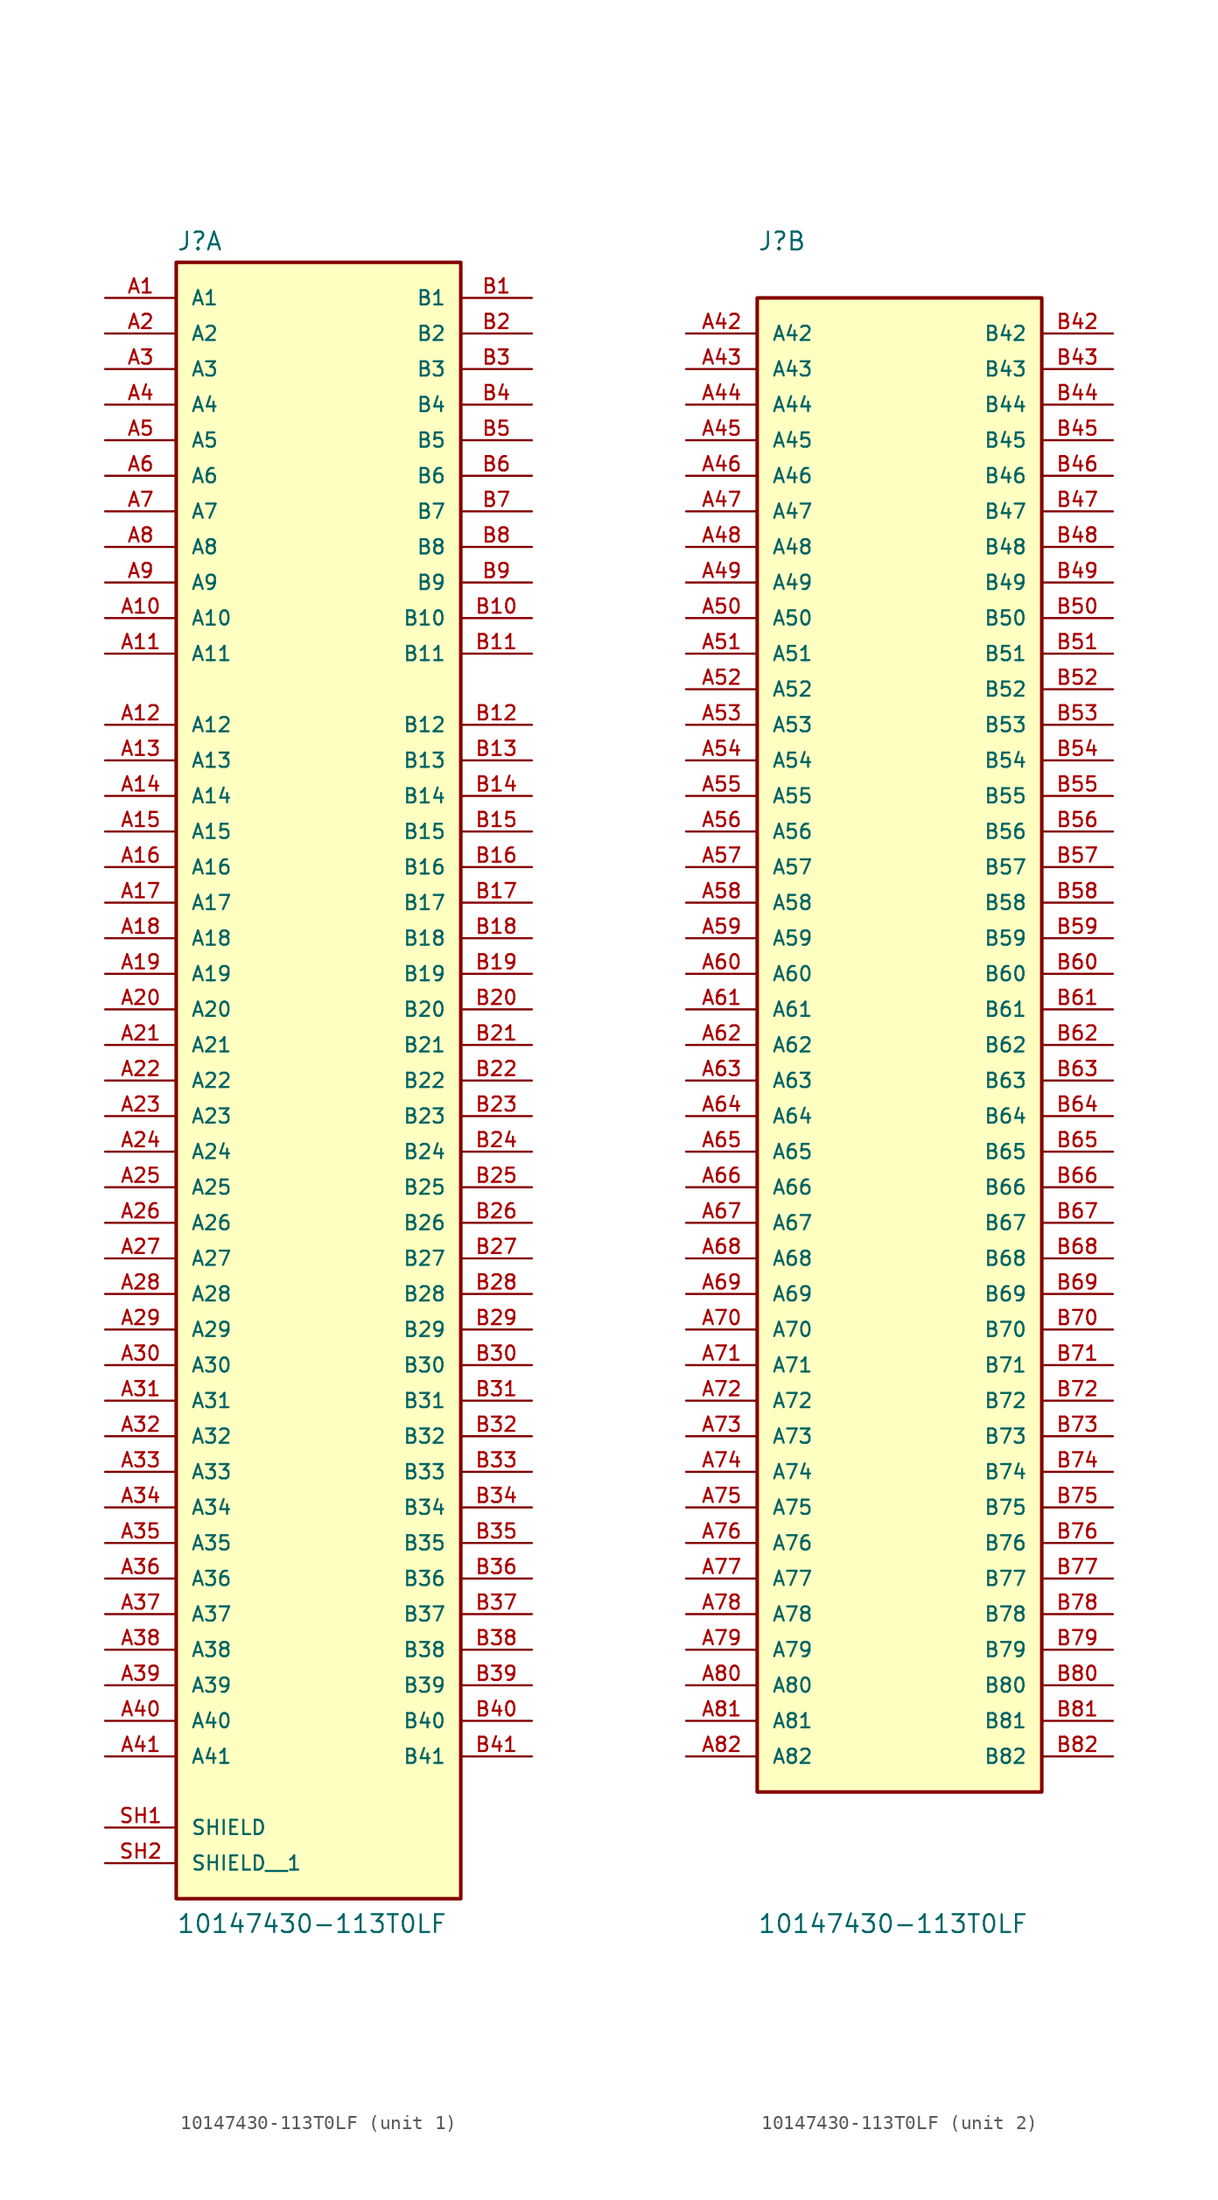
<source format=kicad_sym>
(kicad_symbol_lib
  (version 20211014)
  (generator kicad_symbol_editor)
  (symbol "10147430-113T0LF"
    (pin_names
      (offset 1.016))
    (property "Reference" "J"
      (at -10.16 56.642 0)
      (effects (font (size 1.27 1.27)) (justify bottom left)))
    (property "Value" "10147430-113T0LF"
      (at -10.16 -63.5 0)
      (effects (font (size 1.27 1.27)) (justify bottom left)))
    (symbol "10147430-113T0LF_1_0"
      (rectangle (start -10.16 -60.96) (end 10.16 55.88) (stroke (width 0.254)) (fill (type background)))
      (pin passive line (at -15.24 53.34 0) (length 5.08) (name "A1" (effects (font (size 1.016 1.016)))) (number "A1" (effects (font (size 1.016 1.016)))))
      (pin passive line (at 15.24 53.34 180.0) (length 5.08) (name "B1" (effects (font (size 1.016 1.016)))) (number "B1" (effects (font (size 1.016 1.016)))))
      (pin passive line (at -15.24 50.8 0) (length 5.08) (name "A2" (effects (font (size 1.016 1.016)))) (number "A2" (effects (font (size 1.016 1.016)))))
      (pin passive line (at 15.24 50.8 180.0) (length 5.08) (name "B2" (effects (font (size 1.016 1.016)))) (number "B2" (effects (font (size 1.016 1.016)))))
      (pin passive line (at -15.24 48.26 0) (length 5.08) (name "A3" (effects (font (size 1.016 1.016)))) (number "A3" (effects (font (size 1.016 1.016)))))
      (pin passive line (at 15.24 48.26 180.0) (length 5.08) (name "B3" (effects (font (size 1.016 1.016)))) (number "B3" (effects (font (size 1.016 1.016)))))
      (pin passive line (at -15.24 45.72 0) (length 5.08) (name "A4" (effects (font (size 1.016 1.016)))) (number "A4" (effects (font (size 1.016 1.016)))))
      (pin passive line (at 15.24 45.72 180.0) (length 5.08) (name "B4" (effects (font (size 1.016 1.016)))) (number "B4" (effects (font (size 1.016 1.016)))))
      (pin passive line (at -15.24 43.18 0) (length 5.08) (name "A5" (effects (font (size 1.016 1.016)))) (number "A5" (effects (font (size 1.016 1.016)))))
      (pin passive line (at 15.24 43.18 180.0) (length 5.08) (name "B5" (effects (font (size 1.016 1.016)))) (number "B5" (effects (font (size 1.016 1.016)))))
      (pin passive line (at -15.24 40.64 0) (length 5.08) (name "A6" (effects (font (size 1.016 1.016)))) (number "A6" (effects (font (size 1.016 1.016)))))
      (pin passive line (at 15.24 40.64 180.0) (length 5.08) (name "B6" (effects (font (size 1.016 1.016)))) (number "B6" (effects (font (size 1.016 1.016)))))
      (pin passive line (at -15.24 38.1 0) (length 5.08) (name "A7" (effects (font (size 1.016 1.016)))) (number "A7" (effects (font (size 1.016 1.016)))))
      (pin passive line (at 15.24 38.1 180.0) (length 5.08) (name "B7" (effects (font (size 1.016 1.016)))) (number "B7" (effects (font (size 1.016 1.016)))))
      (pin passive line (at -15.24 35.56 0) (length 5.08) (name "A8" (effects (font (size 1.016 1.016)))) (number "A8" (effects (font (size 1.016 1.016)))))
      (pin passive line (at 15.24 35.56 180.0) (length 5.08) (name "B8" (effects (font (size 1.016 1.016)))) (number "B8" (effects (font (size 1.016 1.016)))))
      (pin passive line (at -15.24 33.02 0) (length 5.08) (name "A9" (effects (font (size 1.016 1.016)))) (number "A9" (effects (font (size 1.016 1.016)))))
      (pin passive line (at 15.24 33.02 180.0) (length 5.08) (name "B9" (effects (font (size 1.016 1.016)))) (number "B9" (effects (font (size 1.016 1.016)))))
      (pin passive line (at -15.24 30.48 0) (length 5.08) (name "A10" (effects (font (size 1.016 1.016)))) (number "A10" (effects (font (size 1.016 1.016)))))
      (pin passive line (at 15.24 30.48 180.0) (length 5.08) (name "B10" (effects (font (size 1.016 1.016)))) (number "B10" (effects (font (size 1.016 1.016)))))
      (pin passive line (at -15.24 27.94 0) (length 5.08) (name "A11" (effects (font (size 1.016 1.016)))) (number "A11" (effects (font (size 1.016 1.016)))))
      (pin passive line (at 15.24 27.94 180.0) (length 5.08) (name "B11" (effects (font (size 1.016 1.016)))) (number "B11" (effects (font (size 1.016 1.016)))))
      (pin passive line (at -15.24 22.86 0) (length 5.08) (name "A12" (effects (font (size 1.016 1.016)))) (number "A12" (effects (font (size 1.016 1.016)))))
      (pin passive line (at 15.24 22.86 180.0) (length 5.08) (name "B12" (effects (font (size 1.016 1.016)))) (number "B12" (effects (font (size 1.016 1.016)))))
      (pin passive line (at -15.24 20.32 0) (length 5.08) (name "A13" (effects (font (size 1.016 1.016)))) (number "A13" (effects (font (size 1.016 1.016)))))
      (pin passive line (at 15.24 20.32 180.0) (length 5.08) (name "B13" (effects (font (size 1.016 1.016)))) (number "B13" (effects (font (size 1.016 1.016)))))
      (pin passive line (at -15.24 17.78 0) (length 5.08) (name "A14" (effects (font (size 1.016 1.016)))) (number "A14" (effects (font (size 1.016 1.016)))))
      (pin passive line (at 15.24 17.78 180.0) (length 5.08) (name "B14" (effects (font (size 1.016 1.016)))) (number "B14" (effects (font (size 1.016 1.016)))))
      (pin passive line (at -15.24 15.24 0) (length 5.08) (name "A15" (effects (font (size 1.016 1.016)))) (number "A15" (effects (font (size 1.016 1.016)))))
      (pin passive line (at 15.24 15.24 180.0) (length 5.08) (name "B15" (effects (font (size 1.016 1.016)))) (number "B15" (effects (font (size 1.016 1.016)))))
      (pin passive line (at -15.24 12.7 0) (length 5.08) (name "A16" (effects (font (size 1.016 1.016)))) (number "A16" (effects (font (size 1.016 1.016)))))
      (pin passive line (at 15.24 12.7 180.0) (length 5.08) (name "B16" (effects (font (size 1.016 1.016)))) (number "B16" (effects (font (size 1.016 1.016)))))
      (pin passive line (at -15.24 10.16 0) (length 5.08) (name "A17" (effects (font (size 1.016 1.016)))) (number "A17" (effects (font (size 1.016 1.016)))))
      (pin passive line (at 15.24 10.16 180.0) (length 5.08) (name "B17" (effects (font (size 1.016 1.016)))) (number "B17" (effects (font (size 1.016 1.016)))))
      (pin passive line (at -15.24 7.62 0) (length 5.08) (name "A18" (effects (font (size 1.016 1.016)))) (number "A18" (effects (font (size 1.016 1.016)))))
      (pin passive line (at 15.24 7.62 180.0) (length 5.08) (name "B18" (effects (font (size 1.016 1.016)))) (number "B18" (effects (font (size 1.016 1.016)))))
      (pin passive line (at -15.24 5.08 0) (length 5.08) (name "A19" (effects (font (size 1.016 1.016)))) (number "A19" (effects (font (size 1.016 1.016)))))
      (pin passive line (at 15.24 5.08 180.0) (length 5.08) (name "B19" (effects (font (size 1.016 1.016)))) (number "B19" (effects (font (size 1.016 1.016)))))
      (pin passive line (at -15.24 2.54 0) (length 5.08) (name "A20" (effects (font (size 1.016 1.016)))) (number "A20" (effects (font (size 1.016 1.016)))))
      (pin passive line (at 15.24 2.54 180.0) (length 5.08) (name "B20" (effects (font (size 1.016 1.016)))) (number "B20" (effects (font (size 1.016 1.016)))))
      (pin passive line (at -15.24 0.0 0) (length 5.08) (name "A21" (effects (font (size 1.016 1.016)))) (number "A21" (effects (font (size 1.016 1.016)))))
      (pin passive line (at 15.24 0.0 180.0) (length 5.08) (name "B21" (effects (font (size 1.016 1.016)))) (number "B21" (effects (font (size 1.016 1.016)))))
      (pin passive line (at -15.24 -2.54 0) (length 5.08) (name "A22" (effects (font (size 1.016 1.016)))) (number "A22" (effects (font (size 1.016 1.016)))))
      (pin passive line (at 15.24 -2.54 180.0) (length 5.08) (name "B22" (effects (font (size 1.016 1.016)))) (number "B22" (effects (font (size 1.016 1.016)))))
      (pin passive line (at -15.24 -5.08 0) (length 5.08) (name "A23" (effects (font (size 1.016 1.016)))) (number "A23" (effects (font (size 1.016 1.016)))))
      (pin passive line (at 15.24 -5.08 180.0) (length 5.08) (name "B23" (effects (font (size 1.016 1.016)))) (number "B23" (effects (font (size 1.016 1.016)))))
      (pin passive line (at -15.24 -7.62 0) (length 5.08) (name "A24" (effects (font (size 1.016 1.016)))) (number "A24" (effects (font (size 1.016 1.016)))))
      (pin passive line (at 15.24 -7.62 180.0) (length 5.08) (name "B24" (effects (font (size 1.016 1.016)))) (number "B24" (effects (font (size 1.016 1.016)))))
      (pin passive line (at -15.24 -10.16 0) (length 5.08) (name "A25" (effects (font (size 1.016 1.016)))) (number "A25" (effects (font (size 1.016 1.016)))))
      (pin passive line (at 15.24 -10.16 180.0) (length 5.08) (name "B25" (effects (font (size 1.016 1.016)))) (number "B25" (effects (font (size 1.016 1.016)))))
      (pin passive line (at -15.24 -12.7 0) (length 5.08) (name "A26" (effects (font (size 1.016 1.016)))) (number "A26" (effects (font (size 1.016 1.016)))))
      (pin passive line (at 15.24 -12.7 180.0) (length 5.08) (name "B26" (effects (font (size 1.016 1.016)))) (number "B26" (effects (font (size 1.016 1.016)))))
      (pin passive line (at -15.24 -15.24 0) (length 5.08) (name "A27" (effects (font (size 1.016 1.016)))) (number "A27" (effects (font (size 1.016 1.016)))))
      (pin passive line (at 15.24 -15.24 180.0) (length 5.08) (name "B27" (effects (font (size 1.016 1.016)))) (number "B27" (effects (font (size 1.016 1.016)))))
      (pin passive line (at -15.24 -17.78 0) (length 5.08) (name "A28" (effects (font (size 1.016 1.016)))) (number "A28" (effects (font (size 1.016 1.016)))))
      (pin passive line (at 15.24 -17.78 180.0) (length 5.08) (name "B28" (effects (font (size 1.016 1.016)))) (number "B28" (effects (font (size 1.016 1.016)))))
      (pin passive line (at -15.24 -20.32 0) (length 5.08) (name "A29" (effects (font (size 1.016 1.016)))) (number "A29" (effects (font (size 1.016 1.016)))))
      (pin passive line (at 15.24 -20.32 180.0) (length 5.08) (name "B29" (effects (font (size 1.016 1.016)))) (number "B29" (effects (font (size 1.016 1.016)))))
      (pin passive line (at -15.24 -22.86 0) (length 5.08) (name "A30" (effects (font (size 1.016 1.016)))) (number "A30" (effects (font (size 1.016 1.016)))))
      (pin passive line (at 15.24 -22.86 180.0) (length 5.08) (name "B30" (effects (font (size 1.016 1.016)))) (number "B30" (effects (font (size 1.016 1.016)))))
      (pin passive line (at -15.24 -25.4 0) (length 5.08) (name "A31" (effects (font (size 1.016 1.016)))) (number "A31" (effects (font (size 1.016 1.016)))))
      (pin passive line (at 15.24 -25.4 180.0) (length 5.08) (name "B31" (effects (font (size 1.016 1.016)))) (number "B31" (effects (font (size 1.016 1.016)))))
      (pin passive line (at -15.24 -27.94 0) (length 5.08) (name "A32" (effects (font (size 1.016 1.016)))) (number "A32" (effects (font (size 1.016 1.016)))))
      (pin passive line (at 15.24 -27.94 180.0) (length 5.08) (name "B32" (effects (font (size 1.016 1.016)))) (number "B32" (effects (font (size 1.016 1.016)))))
      (pin passive line (at -15.24 -30.48 0) (length 5.08) (name "A33" (effects (font (size 1.016 1.016)))) (number "A33" (effects (font (size 1.016 1.016)))))
      (pin passive line (at 15.24 -30.48 180.0) (length 5.08) (name "B33" (effects (font (size 1.016 1.016)))) (number "B33" (effects (font (size 1.016 1.016)))))
      (pin passive line (at -15.24 -33.02 0) (length 5.08) (name "A34" (effects (font (size 1.016 1.016)))) (number "A34" (effects (font (size 1.016 1.016)))))
      (pin passive line (at 15.24 -33.02 180.0) (length 5.08) (name "B34" (effects (font (size 1.016 1.016)))) (number "B34" (effects (font (size 1.016 1.016)))))
      (pin passive line (at -15.24 -35.56 0) (length 5.08) (name "A35" (effects (font (size 1.016 1.016)))) (number "A35" (effects (font (size 1.016 1.016)))))
      (pin passive line (at 15.24 -35.56 180.0) (length 5.08) (name "B35" (effects (font (size 1.016 1.016)))) (number "B35" (effects (font (size 1.016 1.016)))))
      (pin passive line (at -15.24 -38.1 0) (length 5.08) (name "A36" (effects (font (size 1.016 1.016)))) (number "A36" (effects (font (size 1.016 1.016)))))
      (pin passive line (at 15.24 -38.1 180.0) (length 5.08) (name "B36" (effects (font (size 1.016 1.016)))) (number "B36" (effects (font (size 1.016 1.016)))))
      (pin passive line (at -15.24 -40.64 0) (length 5.08) (name "A37" (effects (font (size 1.016 1.016)))) (number "A37" (effects (font (size 1.016 1.016)))))
      (pin passive line (at 15.24 -40.64 180.0) (length 5.08) (name "B37" (effects (font (size 1.016 1.016)))) (number "B37" (effects (font (size 1.016 1.016)))))
      (pin passive line (at -15.24 -43.18 0) (length 5.08) (name "A38" (effects (font (size 1.016 1.016)))) (number "A38" (effects (font (size 1.016 1.016)))))
      (pin passive line (at 15.24 -43.18 180.0) (length 5.08) (name "B38" (effects (font (size 1.016 1.016)))) (number "B38" (effects (font (size 1.016 1.016)))))
      (pin passive line (at -15.24 -45.72 0) (length 5.08) (name "A39" (effects (font (size 1.016 1.016)))) (number "A39" (effects (font (size 1.016 1.016)))))
      (pin passive line (at 15.24 -45.72 180.0) (length 5.08) (name "B39" (effects (font (size 1.016 1.016)))) (number "B39" (effects (font (size 1.016 1.016)))))
      (pin passive line (at -15.24 -48.26 0) (length 5.08) (name "A40" (effects (font (size 1.016 1.016)))) (number "A40" (effects (font (size 1.016 1.016)))))
      (pin passive line (at 15.24 -48.26 180.0) (length 5.08) (name "B40" (effects (font (size 1.016 1.016)))) (number "B40" (effects (font (size 1.016 1.016)))))
      (pin passive line (at -15.24 -50.8 0) (length 5.08) (name "A41" (effects (font (size 1.016 1.016)))) (number "A41" (effects (font (size 1.016 1.016)))))
      (pin passive line (at 15.24 -50.8 180.0) (length 5.08) (name "B41" (effects (font (size 1.016 1.016)))) (number "B41" (effects (font (size 1.016 1.016)))))
      (pin passive line (at -15.24 -55.88 0) (length 5.08) (name "SHIELD" (effects (font (size 1.016 1.016)))) (number "SH1" (effects (font (size 1.016 1.016)))))
      (pin passive line (at -15.24 -58.42 0) (length 5.08) (name "SHIELD__1" (effects (font (size 1.016 1.016)))) (number "SH2" (effects (font (size 1.016 1.016))))))
    (symbol "10147430-113T0LF_2_0"
      (rectangle (start -10.16 -53.34) (end 10.16 53.34) (stroke (width 0.254)) (fill (type background)))
      (pin passive line (at -15.24 50.8 0) (length 5.08) (name "A42" (effects (font (size 1.016 1.016)))) (number "A42" (effects (font (size 1.016 1.016)))))
      (pin passive line (at 15.24 50.8 180.0) (length 5.08) (name "B42" (effects (font (size 1.016 1.016)))) (number "B42" (effects (font (size 1.016 1.016)))))
      (pin passive line (at -15.24 48.26 0) (length 5.08) (name "A43" (effects (font (size 1.016 1.016)))) (number "A43" (effects (font (size 1.016 1.016)))))
      (pin passive line (at 15.24 48.26 180.0) (length 5.08) (name "B43" (effects (font (size 1.016 1.016)))) (number "B43" (effects (font (size 1.016 1.016)))))
      (pin passive line (at -15.24 45.72 0) (length 5.08) (name "A44" (effects (font (size 1.016 1.016)))) (number "A44" (effects (font (size 1.016 1.016)))))
      (pin passive line (at 15.24 45.72 180.0) (length 5.08) (name "B44" (effects (font (size 1.016 1.016)))) (number "B44" (effects (font (size 1.016 1.016)))))
      (pin passive line (at -15.24 43.18 0) (length 5.08) (name "A45" (effects (font (size 1.016 1.016)))) (number "A45" (effects (font (size 1.016 1.016)))))
      (pin passive line (at 15.24 43.18 180.0) (length 5.08) (name "B45" (effects (font (size 1.016 1.016)))) (number "B45" (effects (font (size 1.016 1.016)))))
      (pin passive line (at -15.24 40.64 0) (length 5.08) (name "A46" (effects (font (size 1.016 1.016)))) (number "A46" (effects (font (size 1.016 1.016)))))
      (pin passive line (at 15.24 40.64 180.0) (length 5.08) (name "B46" (effects (font (size 1.016 1.016)))) (number "B46" (effects (font (size 1.016 1.016)))))
      (pin passive line (at -15.24 38.1 0) (length 5.08) (name "A47" (effects (font (size 1.016 1.016)))) (number "A47" (effects (font (size 1.016 1.016)))))
      (pin passive line (at 15.24 38.1 180.0) (length 5.08) (name "B47" (effects (font (size 1.016 1.016)))) (number "B47" (effects (font (size 1.016 1.016)))))
      (pin passive line (at -15.24 35.56 0) (length 5.08) (name "A48" (effects (font (size 1.016 1.016)))) (number "A48" (effects (font (size 1.016 1.016)))))
      (pin passive line (at 15.24 35.56 180.0) (length 5.08) (name "B48" (effects (font (size 1.016 1.016)))) (number "B48" (effects (font (size 1.016 1.016)))))
      (pin passive line (at -15.24 33.02 0) (length 5.08) (name "A49" (effects (font (size 1.016 1.016)))) (number "A49" (effects (font (size 1.016 1.016)))))
      (pin passive line (at 15.24 33.02 180.0) (length 5.08) (name "B49" (effects (font (size 1.016 1.016)))) (number "B49" (effects (font (size 1.016 1.016)))))
      (pin passive line (at -15.24 30.48 0) (length 5.08) (name "A50" (effects (font (size 1.016 1.016)))) (number "A50" (effects (font (size 1.016 1.016)))))
      (pin passive line (at 15.24 30.48 180.0) (length 5.08) (name "B50" (effects (font (size 1.016 1.016)))) (number "B50" (effects (font (size 1.016 1.016)))))
      (pin passive line (at -15.24 27.94 0) (length 5.08) (name "A51" (effects (font (size 1.016 1.016)))) (number "A51" (effects (font (size 1.016 1.016)))))
      (pin passive line (at 15.24 27.94 180.0) (length 5.08) (name "B51" (effects (font (size 1.016 1.016)))) (number "B51" (effects (font (size 1.016 1.016)))))
      (pin passive line (at -15.24 25.4 0) (length 5.08) (name "A52" (effects (font (size 1.016 1.016)))) (number "A52" (effects (font (size 1.016 1.016)))))
      (pin passive line (at 15.24 25.4 180.0) (length 5.08) (name "B52" (effects (font (size 1.016 1.016)))) (number "B52" (effects (font (size 1.016 1.016)))))
      (pin passive line (at -15.24 22.86 0) (length 5.08) (name "A53" (effects (font (size 1.016 1.016)))) (number "A53" (effects (font (size 1.016 1.016)))))
      (pin passive line (at 15.24 22.86 180.0) (length 5.08) (name "B53" (effects (font (size 1.016 1.016)))) (number "B53" (effects (font (size 1.016 1.016)))))
      (pin passive line (at -15.24 20.32 0) (length 5.08) (name "A54" (effects (font (size 1.016 1.016)))) (number "A54" (effects (font (size 1.016 1.016)))))
      (pin passive line (at 15.24 20.32 180.0) (length 5.08) (name "B54" (effects (font (size 1.016 1.016)))) (number "B54" (effects (font (size 1.016 1.016)))))
      (pin passive line (at -15.24 17.78 0) (length 5.08) (name "A55" (effects (font (size 1.016 1.016)))) (number "A55" (effects (font (size 1.016 1.016)))))
      (pin passive line (at 15.24 17.78 180.0) (length 5.08) (name "B55" (effects (font (size 1.016 1.016)))) (number "B55" (effects (font (size 1.016 1.016)))))
      (pin passive line (at -15.24 15.24 0) (length 5.08) (name "A56" (effects (font (size 1.016 1.016)))) (number "A56" (effects (font (size 1.016 1.016)))))
      (pin passive line (at 15.24 15.24 180.0) (length 5.08) (name "B56" (effects (font (size 1.016 1.016)))) (number "B56" (effects (font (size 1.016 1.016)))))
      (pin passive line (at -15.24 12.7 0) (length 5.08) (name "A57" (effects (font (size 1.016 1.016)))) (number "A57" (effects (font (size 1.016 1.016)))))
      (pin passive line (at 15.24 12.7 180.0) (length 5.08) (name "B57" (effects (font (size 1.016 1.016)))) (number "B57" (effects (font (size 1.016 1.016)))))
      (pin passive line (at -15.24 10.16 0) (length 5.08) (name "A58" (effects (font (size 1.016 1.016)))) (number "A58" (effects (font (size 1.016 1.016)))))
      (pin passive line (at 15.24 10.16 180.0) (length 5.08) (name "B58" (effects (font (size 1.016 1.016)))) (number "B58" (effects (font (size 1.016 1.016)))))
      (pin passive line (at -15.24 7.62 0) (length 5.08) (name "A59" (effects (font (size 1.016 1.016)))) (number "A59" (effects (font (size 1.016 1.016)))))
      (pin passive line (at 15.24 7.62 180.0) (length 5.08) (name "B59" (effects (font (size 1.016 1.016)))) (number "B59" (effects (font (size 1.016 1.016)))))
      (pin passive line (at -15.24 5.08 0) (length 5.08) (name "A60" (effects (font (size 1.016 1.016)))) (number "A60" (effects (font (size 1.016 1.016)))))
      (pin passive line (at 15.24 5.08 180.0) (length 5.08) (name "B60" (effects (font (size 1.016 1.016)))) (number "B60" (effects (font (size 1.016 1.016)))))
      (pin passive line (at -15.24 2.54 0) (length 5.08) (name "A61" (effects (font (size 1.016 1.016)))) (number "A61" (effects (font (size 1.016 1.016)))))
      (pin passive line (at 15.24 2.54 180.0) (length 5.08) (name "B61" (effects (font (size 1.016 1.016)))) (number "B61" (effects (font (size 1.016 1.016)))))
      (pin passive line (at -15.24 0.0 0) (length 5.08) (name "A62" (effects (font (size 1.016 1.016)))) (number "A62" (effects (font (size 1.016 1.016)))))
      (pin passive line (at 15.24 0.0 180.0) (length 5.08) (name "B62" (effects (font (size 1.016 1.016)))) (number "B62" (effects (font (size 1.016 1.016)))))
      (pin passive line (at -15.24 -2.54 0) (length 5.08) (name "A63" (effects (font (size 1.016 1.016)))) (number "A63" (effects (font (size 1.016 1.016)))))
      (pin passive line (at 15.24 -2.54 180.0) (length 5.08) (name "B63" (effects (font (size 1.016 1.016)))) (number "B63" (effects (font (size 1.016 1.016)))))
      (pin passive line (at -15.24 -5.08 0) (length 5.08) (name "A64" (effects (font (size 1.016 1.016)))) (number "A64" (effects (font (size 1.016 1.016)))))
      (pin passive line (at 15.24 -5.08 180.0) (length 5.08) (name "B64" (effects (font (size 1.016 1.016)))) (number "B64" (effects (font (size 1.016 1.016)))))
      (pin passive line (at -15.24 -7.62 0) (length 5.08) (name "A65" (effects (font (size 1.016 1.016)))) (number "A65" (effects (font (size 1.016 1.016)))))
      (pin passive line (at 15.24 -7.62 180.0) (length 5.08) (name "B65" (effects (font (size 1.016 1.016)))) (number "B65" (effects (font (size 1.016 1.016)))))
      (pin passive line (at -15.24 -10.16 0) (length 5.08) (name "A66" (effects (font (size 1.016 1.016)))) (number "A66" (effects (font (size 1.016 1.016)))))
      (pin passive line (at 15.24 -10.16 180.0) (length 5.08) (name "B66" (effects (font (size 1.016 1.016)))) (number "B66" (effects (font (size 1.016 1.016)))))
      (pin passive line (at -15.24 -12.7 0) (length 5.08) (name "A67" (effects (font (size 1.016 1.016)))) (number "A67" (effects (font (size 1.016 1.016)))))
      (pin passive line (at 15.24 -12.7 180.0) (length 5.08) (name "B67" (effects (font (size 1.016 1.016)))) (number "B67" (effects (font (size 1.016 1.016)))))
      (pin passive line (at -15.24 -15.24 0) (length 5.08) (name "A68" (effects (font (size 1.016 1.016)))) (number "A68" (effects (font (size 1.016 1.016)))))
      (pin passive line (at 15.24 -15.24 180.0) (length 5.08) (name "B68" (effects (font (size 1.016 1.016)))) (number "B68" (effects (font (size 1.016 1.016)))))
      (pin passive line (at -15.24 -17.78 0) (length 5.08) (name "A69" (effects (font (size 1.016 1.016)))) (number "A69" (effects (font (size 1.016 1.016)))))
      (pin passive line (at 15.24 -17.78 180.0) (length 5.08) (name "B69" (effects (font (size 1.016 1.016)))) (number "B69" (effects (font (size 1.016 1.016)))))
      (pin passive line (at -15.24 -20.32 0) (length 5.08) (name "A70" (effects (font (size 1.016 1.016)))) (number "A70" (effects (font (size 1.016 1.016)))))
      (pin passive line (at 15.24 -20.32 180.0) (length 5.08) (name "B70" (effects (font (size 1.016 1.016)))) (number "B70" (effects (font (size 1.016 1.016)))))
      (pin passive line (at -15.24 -22.86 0) (length 5.08) (name "A71" (effects (font (size 1.016 1.016)))) (number "A71" (effects (font (size 1.016 1.016)))))
      (pin passive line (at 15.24 -22.86 180.0) (length 5.08) (name "B71" (effects (font (size 1.016 1.016)))) (number "B71" (effects (font (size 1.016 1.016)))))
      (pin passive line (at -15.24 -25.4 0) (length 5.08) (name "A72" (effects (font (size 1.016 1.016)))) (number "A72" (effects (font (size 1.016 1.016)))))
      (pin passive line (at 15.24 -25.4 180.0) (length 5.08) (name "B72" (effects (font (size 1.016 1.016)))) (number "B72" (effects (font (size 1.016 1.016)))))
      (pin passive line (at -15.24 -27.94 0) (length 5.08) (name "A73" (effects (font (size 1.016 1.016)))) (number "A73" (effects (font (size 1.016 1.016)))))
      (pin passive line (at 15.24 -27.94 180.0) (length 5.08) (name "B73" (effects (font (size 1.016 1.016)))) (number "B73" (effects (font (size 1.016 1.016)))))
      (pin passive line (at -15.24 -30.48 0) (length 5.08) (name "A74" (effects (font (size 1.016 1.016)))) (number "A74" (effects (font (size 1.016 1.016)))))
      (pin passive line (at 15.24 -30.48 180.0) (length 5.08) (name "B74" (effects (font (size 1.016 1.016)))) (number "B74" (effects (font (size 1.016 1.016)))))
      (pin passive line (at -15.24 -33.02 0) (length 5.08) (name "A75" (effects (font (size 1.016 1.016)))) (number "A75" (effects (font (size 1.016 1.016)))))
      (pin passive line (at 15.24 -33.02 180.0) (length 5.08) (name "B75" (effects (font (size 1.016 1.016)))) (number "B75" (effects (font (size 1.016 1.016)))))
      (pin passive line (at -15.24 -35.56 0) (length 5.08) (name "A76" (effects (font (size 1.016 1.016)))) (number "A76" (effects (font (size 1.016 1.016)))))
      (pin passive line (at 15.24 -35.56 180.0) (length 5.08) (name "B76" (effects (font (size 1.016 1.016)))) (number "B76" (effects (font (size 1.016 1.016)))))
      (pin passive line (at -15.24 -38.1 0) (length 5.08) (name "A77" (effects (font (size 1.016 1.016)))) (number "A77" (effects (font (size 1.016 1.016)))))
      (pin passive line (at 15.24 -38.1 180.0) (length 5.08) (name "B77" (effects (font (size 1.016 1.016)))) (number "B77" (effects (font (size 1.016 1.016)))))
      (pin passive line (at -15.24 -40.64 0) (length 5.08) (name "A78" (effects (font (size 1.016 1.016)))) (number "A78" (effects (font (size 1.016 1.016)))))
      (pin passive line (at 15.24 -40.64 180.0) (length 5.08) (name "B78" (effects (font (size 1.016 1.016)))) (number "B78" (effects (font (size 1.016 1.016)))))
      (pin passive line (at -15.24 -43.18 0) (length 5.08) (name "A79" (effects (font (size 1.016 1.016)))) (number "A79" (effects (font (size 1.016 1.016)))))
      (pin passive line (at 15.24 -43.18 180.0) (length 5.08) (name "B79" (effects (font (size 1.016 1.016)))) (number "B79" (effects (font (size 1.016 1.016)))))
      (pin passive line (at -15.24 -45.72 0) (length 5.08) (name "A80" (effects (font (size 1.016 1.016)))) (number "A80" (effects (font (size 1.016 1.016)))))
      (pin passive line (at 15.24 -45.72 180.0) (length 5.08) (name "B80" (effects (font (size 1.016 1.016)))) (number "B80" (effects (font (size 1.016 1.016)))))
      (pin passive line (at -15.24 -48.26 0) (length 5.08) (name "A81" (effects (font (size 1.016 1.016)))) (number "A81" (effects (font (size 1.016 1.016)))))
      (pin passive line (at 15.24 -48.26 180.0) (length 5.08) (name "B81" (effects (font (size 1.016 1.016)))) (number "B81" (effects (font (size 1.016 1.016)))))
      (pin passive line (at -15.24 -50.8 0) (length 5.08) (name "A82" (effects (font (size 1.016 1.016)))) (number "A82" (effects (font (size 1.016 1.016)))))
      (pin passive line (at 15.24 -50.8 180.0) (length 5.08) (name "B82" (effects (font (size 1.016 1.016)))) (number "B82" (effects (font (size 1.016 1.016))))))))
</source>
